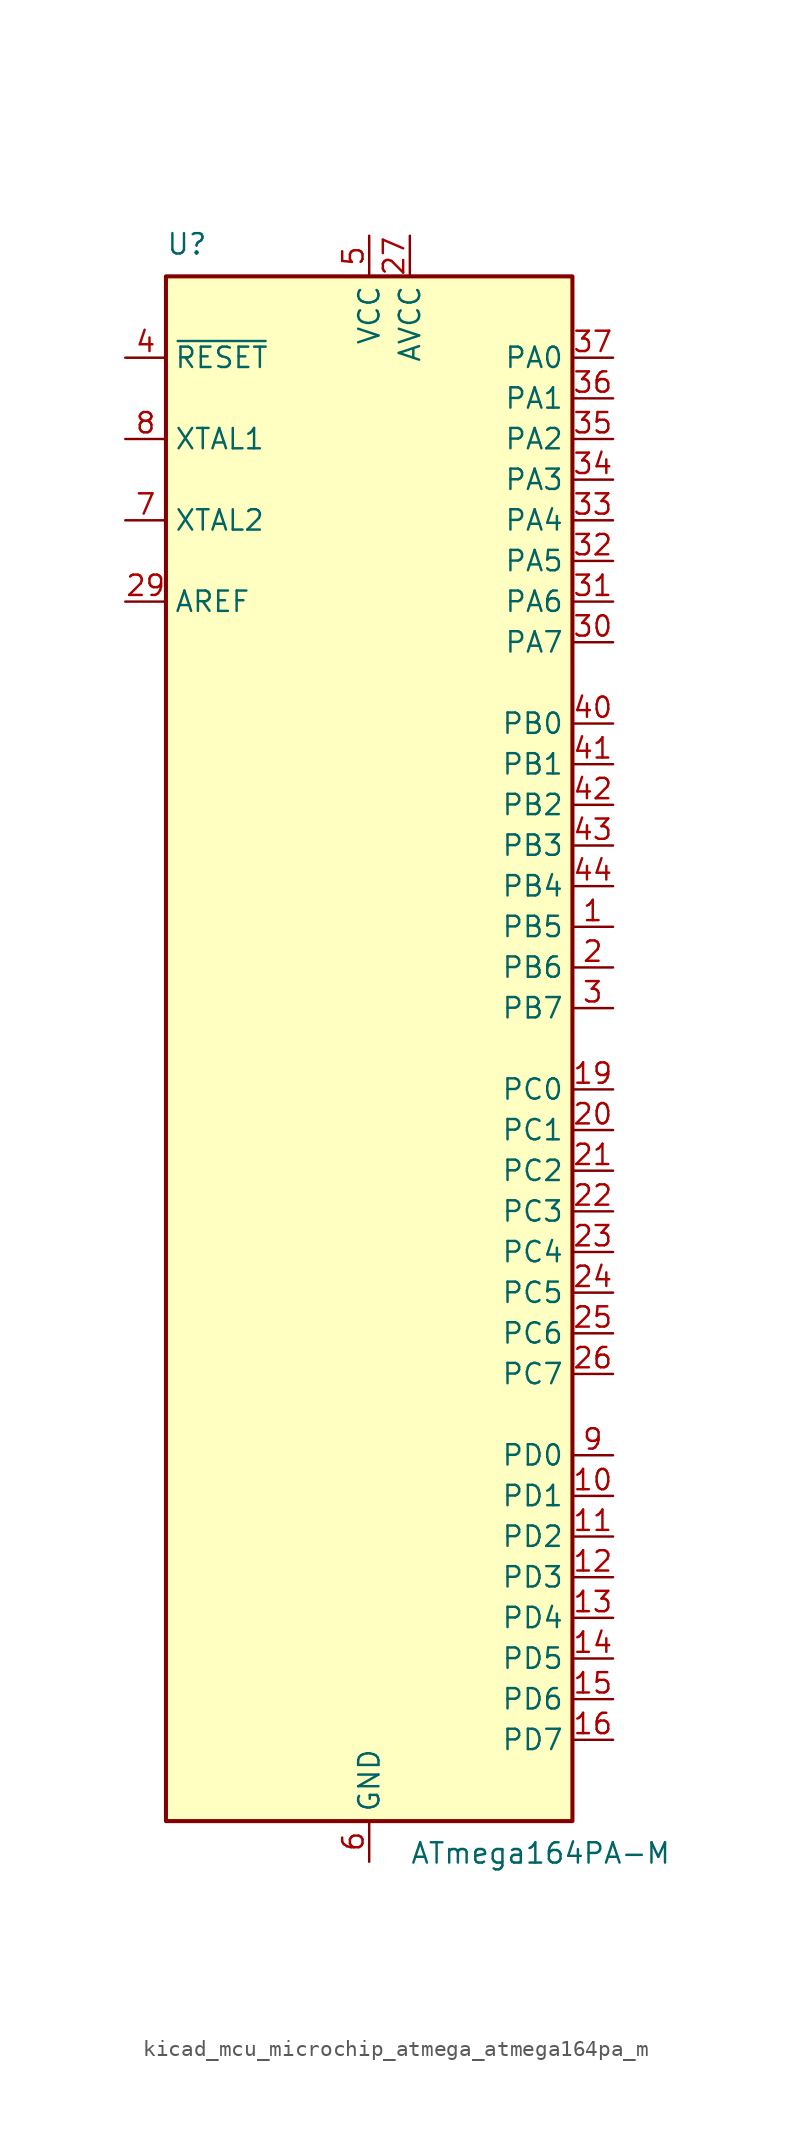
<source format=kicad_sym>
(kicad_symbol_lib
  (version 20220914)
  (generator kicad_symbol_editor)
  (symbol "kicad_mcu_microchip_atmega_atmega164pa_m"
    (property "Reference" "U"
      (at -12.7 49.53 0)
      (effects (font (size 1.27 1.27)) (justify left bottom)))
    (property "Value" "ATmega164PA-M"
      (at 2.54 -49.53 0)
      (effects (font (size 1.27 1.27)) (justify left top)))
    (symbol "kicad_mcu_microchip_atmega_atmega164pa_m_0_1"
      (rectangle (start -12.7 -48.26) (end 12.7 48.26) (stroke (width 0.254) (type default)) (fill (type background))))
    (symbol "kicad_mcu_microchip_atmega_atmega164pa_m_1_1"
      (pin bidirectional line (at 15.24 7.62 180) (length 2.54) (name "PB5" (effects (font (size 1.27 1.27)))) (number "1" (effects (font (size 1.27 1.27)))))
      (pin bidirectional line (at 15.24 -27.94 180) (length 2.54) (name "PD1" (effects (font (size 1.27 1.27)))) (number "10" (effects (font (size 1.27 1.27)))))
      (pin bidirectional line (at 15.24 -30.48 180) (length 2.54) (name "PD2" (effects (font (size 1.27 1.27)))) (number "11" (effects (font (size 1.27 1.27)))))
      (pin bidirectional line (at 15.24 -33.02 180) (length 2.54) (name "PD3" (effects (font (size 1.27 1.27)))) (number "12" (effects (font (size 1.27 1.27)))))
      (pin bidirectional line (at 15.24 -35.56 180) (length 2.54) (name "PD4" (effects (font (size 1.27 1.27)))) (number "13" (effects (font (size 1.27 1.27)))))
      (pin bidirectional line (at 15.24 -38.1 180) (length 2.54) (name "PD5" (effects (font (size 1.27 1.27)))) (number "14" (effects (font (size 1.27 1.27)))))
      (pin bidirectional line (at 15.24 -40.64 180) (length 2.54) (name "PD6" (effects (font (size 1.27 1.27)))) (number "15" (effects (font (size 1.27 1.27)))))
      (pin bidirectional line (at 15.24 -43.18 180) (length 2.54) (name "PD7" (effects (font (size 1.27 1.27)))) (number "16" (effects (font (size 1.27 1.27)))))
      (pin passive line (at 0 50.8 270) (length 2.54) hide (name "VCC" (effects (font (size 1.27 1.27)))) (number "17" (effects (font (size 1.27 1.27)))))
      (pin passive line (at 0 -50.8 90) (length 2.54) hide (name "GND" (effects (font (size 1.27 1.27)))) (number "18" (effects (font (size 1.27 1.27)))))
      (pin bidirectional line (at 15.24 -2.54 180) (length 2.54) (name "PC0" (effects (font (size 1.27 1.27)))) (number "19" (effects (font (size 1.27 1.27)))))
      (pin bidirectional line (at 15.24 5.08 180) (length 2.54) (name "PB6" (effects (font (size 1.27 1.27)))) (number "2" (effects (font (size 1.27 1.27)))))
      (pin bidirectional line (at 15.24 -5.08 180) (length 2.54) (name "PC1" (effects (font (size 1.27 1.27)))) (number "20" (effects (font (size 1.27 1.27)))))
      (pin bidirectional line (at 15.24 -7.62 180) (length 2.54) (name "PC2" (effects (font (size 1.27 1.27)))) (number "21" (effects (font (size 1.27 1.27)))))
      (pin bidirectional line (at 15.24 -10.16 180) (length 2.54) (name "PC3" (effects (font (size 1.27 1.27)))) (number "22" (effects (font (size 1.27 1.27)))))
      (pin bidirectional line (at 15.24 -12.7 180) (length 2.54) (name "PC4" (effects (font (size 1.27 1.27)))) (number "23" (effects (font (size 1.27 1.27)))))
      (pin bidirectional line (at 15.24 -15.24 180) (length 2.54) (name "PC5" (effects (font (size 1.27 1.27)))) (number "24" (effects (font (size 1.27 1.27)))))
      (pin bidirectional line (at 15.24 -17.78 180) (length 2.54) (name "PC6" (effects (font (size 1.27 1.27)))) (number "25" (effects (font (size 1.27 1.27)))))
      (pin bidirectional line (at 15.24 -20.32 180) (length 2.54) (name "PC7" (effects (font (size 1.27 1.27)))) (number "26" (effects (font (size 1.27 1.27)))))
      (pin power_in line (at 2.54 50.8 270) (length 2.54) (name "AVCC" (effects (font (size 1.27 1.27)))) (number "27" (effects (font (size 1.27 1.27)))))
      (pin passive line (at 0 -50.8 90) (length 2.54) hide (name "GND" (effects (font (size 1.27 1.27)))) (number "28" (effects (font (size 1.27 1.27)))))
      (pin passive line (at -15.24 27.94 0) (length 2.54) (name "AREF" (effects (font (size 1.27 1.27)))) (number "29" (effects (font (size 1.27 1.27)))))
      (pin bidirectional line (at 15.24 2.54 180) (length 2.54) (name "PB7" (effects (font (size 1.27 1.27)))) (number "3" (effects (font (size 1.27 1.27)))))
      (pin bidirectional line (at 15.24 25.4 180) (length 2.54) (name "PA7" (effects (font (size 1.27 1.27)))) (number "30" (effects (font (size 1.27 1.27)))))
      (pin bidirectional line (at 15.24 27.94 180) (length 2.54) (name "PA6" (effects (font (size 1.27 1.27)))) (number "31" (effects (font (size 1.27 1.27)))))
      (pin bidirectional line (at 15.24 30.48 180) (length 2.54) (name "PA5" (effects (font (size 1.27 1.27)))) (number "32" (effects (font (size 1.27 1.27)))))
      (pin bidirectional line (at 15.24 33.02 180) (length 2.54) (name "PA4" (effects (font (size 1.27 1.27)))) (number "33" (effects (font (size 1.27 1.27)))))
      (pin bidirectional line (at 15.24 35.56 180) (length 2.54) (name "PA3" (effects (font (size 1.27 1.27)))) (number "34" (effects (font (size 1.27 1.27)))))
      (pin bidirectional line (at 15.24 38.1 180) (length 2.54) (name "PA2" (effects (font (size 1.27 1.27)))) (number "35" (effects (font (size 1.27 1.27)))))
      (pin bidirectional line (at 15.24 40.64 180) (length 2.54) (name "PA1" (effects (font (size 1.27 1.27)))) (number "36" (effects (font (size 1.27 1.27)))))
      (pin bidirectional line (at 15.24 43.18 180) (length 2.54) (name "PA0" (effects (font (size 1.27 1.27)))) (number "37" (effects (font (size 1.27 1.27)))))
      (pin passive line (at 0 50.8 270) (length 2.54) hide (name "VCC" (effects (font (size 1.27 1.27)))) (number "38" (effects (font (size 1.27 1.27)))))
      (pin passive line (at 0 -50.8 90) (length 2.54) hide (name "GND" (effects (font (size 1.27 1.27)))) (number "39" (effects (font (size 1.27 1.27)))))
      (pin input line (at -15.24 43.18 0) (length 2.54) (name "~{RESET}" (effects (font (size 1.27 1.27)))) (number "4" (effects (font (size 1.27 1.27)))))
      (pin bidirectional line (at 15.24 20.32 180) (length 2.54) (name "PB0" (effects (font (size 1.27 1.27)))) (number "40" (effects (font (size 1.27 1.27)))))
      (pin bidirectional line (at 15.24 17.78 180) (length 2.54) (name "PB1" (effects (font (size 1.27 1.27)))) (number "41" (effects (font (size 1.27 1.27)))))
      (pin bidirectional line (at 15.24 15.24 180) (length 2.54) (name "PB2" (effects (font (size 1.27 1.27)))) (number "42" (effects (font (size 1.27 1.27)))))
      (pin bidirectional line (at 15.24 12.7 180) (length 2.54) (name "PB3" (effects (font (size 1.27 1.27)))) (number "43" (effects (font (size 1.27 1.27)))))
      (pin bidirectional line (at 15.24 10.16 180) (length 2.54) (name "PB4" (effects (font (size 1.27 1.27)))) (number "44" (effects (font (size 1.27 1.27)))))
      (pin passive line (at 0 -50.8 90) (length 2.54) hide (name "GND" (effects (font (size 1.27 1.27)))) (number "45" (effects (font (size 1.27 1.27)))))
      (pin power_in line (at 0 50.8 270) (length 2.54) (name "VCC" (effects (font (size 1.27 1.27)))) (number "5" (effects (font (size 1.27 1.27)))))
      (pin power_in line (at 0 -50.8 90) (length 2.54) (name "GND" (effects (font (size 1.27 1.27)))) (number "6" (effects (font (size 1.27 1.27)))))
      (pin output line (at -15.24 33.02 0) (length 2.54) (name "XTAL2" (effects (font (size 1.27 1.27)))) (number "7" (effects (font (size 1.27 1.27)))))
      (pin input line (at -15.24 38.1 0) (length 2.54) (name "XTAL1" (effects (font (size 1.27 1.27)))) (number "8" (effects (font (size 1.27 1.27)))))
      (pin bidirectional line (at 15.24 -25.4 180) (length 2.54) (name "PD0" (effects (font (size 1.27 1.27)))) (number "9" (effects (font (size 1.27 1.27))))))))
</source>
